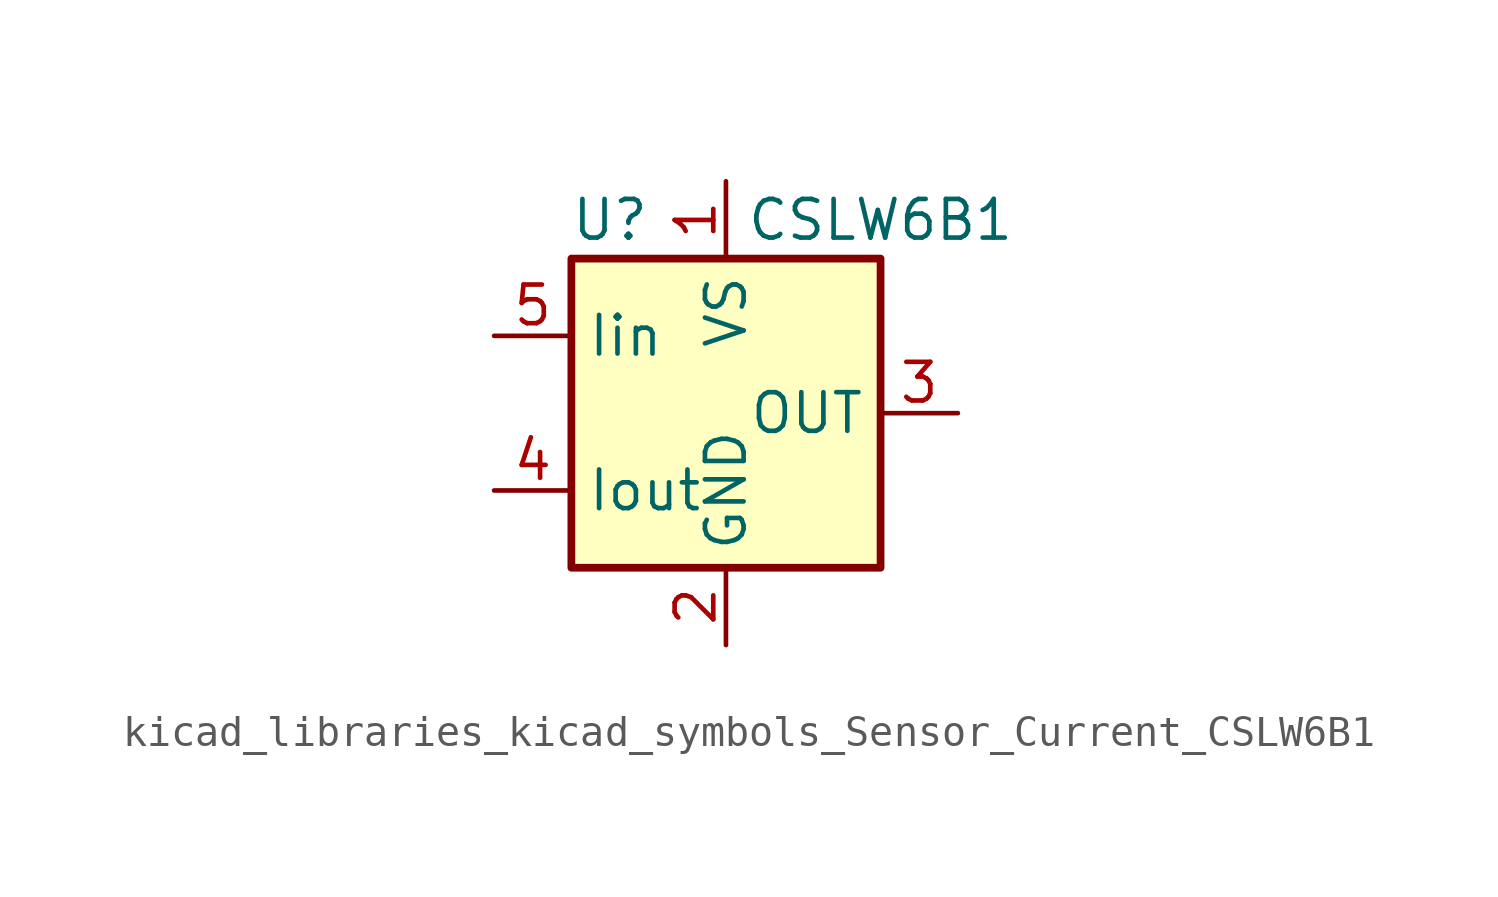
<source format=kicad_sym>
(kicad_symbol_lib
  (version 20220914)
  (generator kicad_symbol_editor)
  (symbol "kicad_libraries_kicad_symbols_Sensor_Current_CSLW6B1"
    (property "Reference" "U"
      (at -3.81 6.35 0)
      (effects (font (size 1.27 1.27))))
    (property "Value" "CSLW6B1"
      (at 5.08 6.35 0)
      (effects (font (size 1.27 1.27))))
    (symbol "kicad_libraries_kicad_symbols_Sensor_Current_CSLW6B1_0_1"
      (rectangle (start -5.08 5.08) (end 5.08 -5.08) (stroke (width 0.254) (type default)) (fill (type background))))
    (symbol "kicad_libraries_kicad_symbols_Sensor_Current_CSLW6B1_1_1"
      (pin power_in line (at 0 7.62 270) (length 2.54) (name "VS" (effects (font (size 1.27 1.27)))) (number "1" (effects (font (size 1.27 1.27)))))
      (pin power_in line (at 0 -7.62 90) (length 2.54) (name "GND" (effects (font (size 1.27 1.27)))) (number "2" (effects (font (size 1.27 1.27)))))
      (pin output line (at 7.62 0 180) (length 2.54) (name "OUT" (effects (font (size 1.27 1.27)))) (number "3" (effects (font (size 1.27 1.27)))))
      (pin passive line (at -7.62 -2.54 0) (length 2.54) (name "Iout" (effects (font (size 1.27 1.27)))) (number "4" (effects (font (size 1.27 1.27)))))
      (pin passive line (at -7.62 2.54 0) (length 2.54) (name "Iin" (effects (font (size 1.27 1.27)))) (number "5" (effects (font (size 1.27 1.27))))))))
</source>
